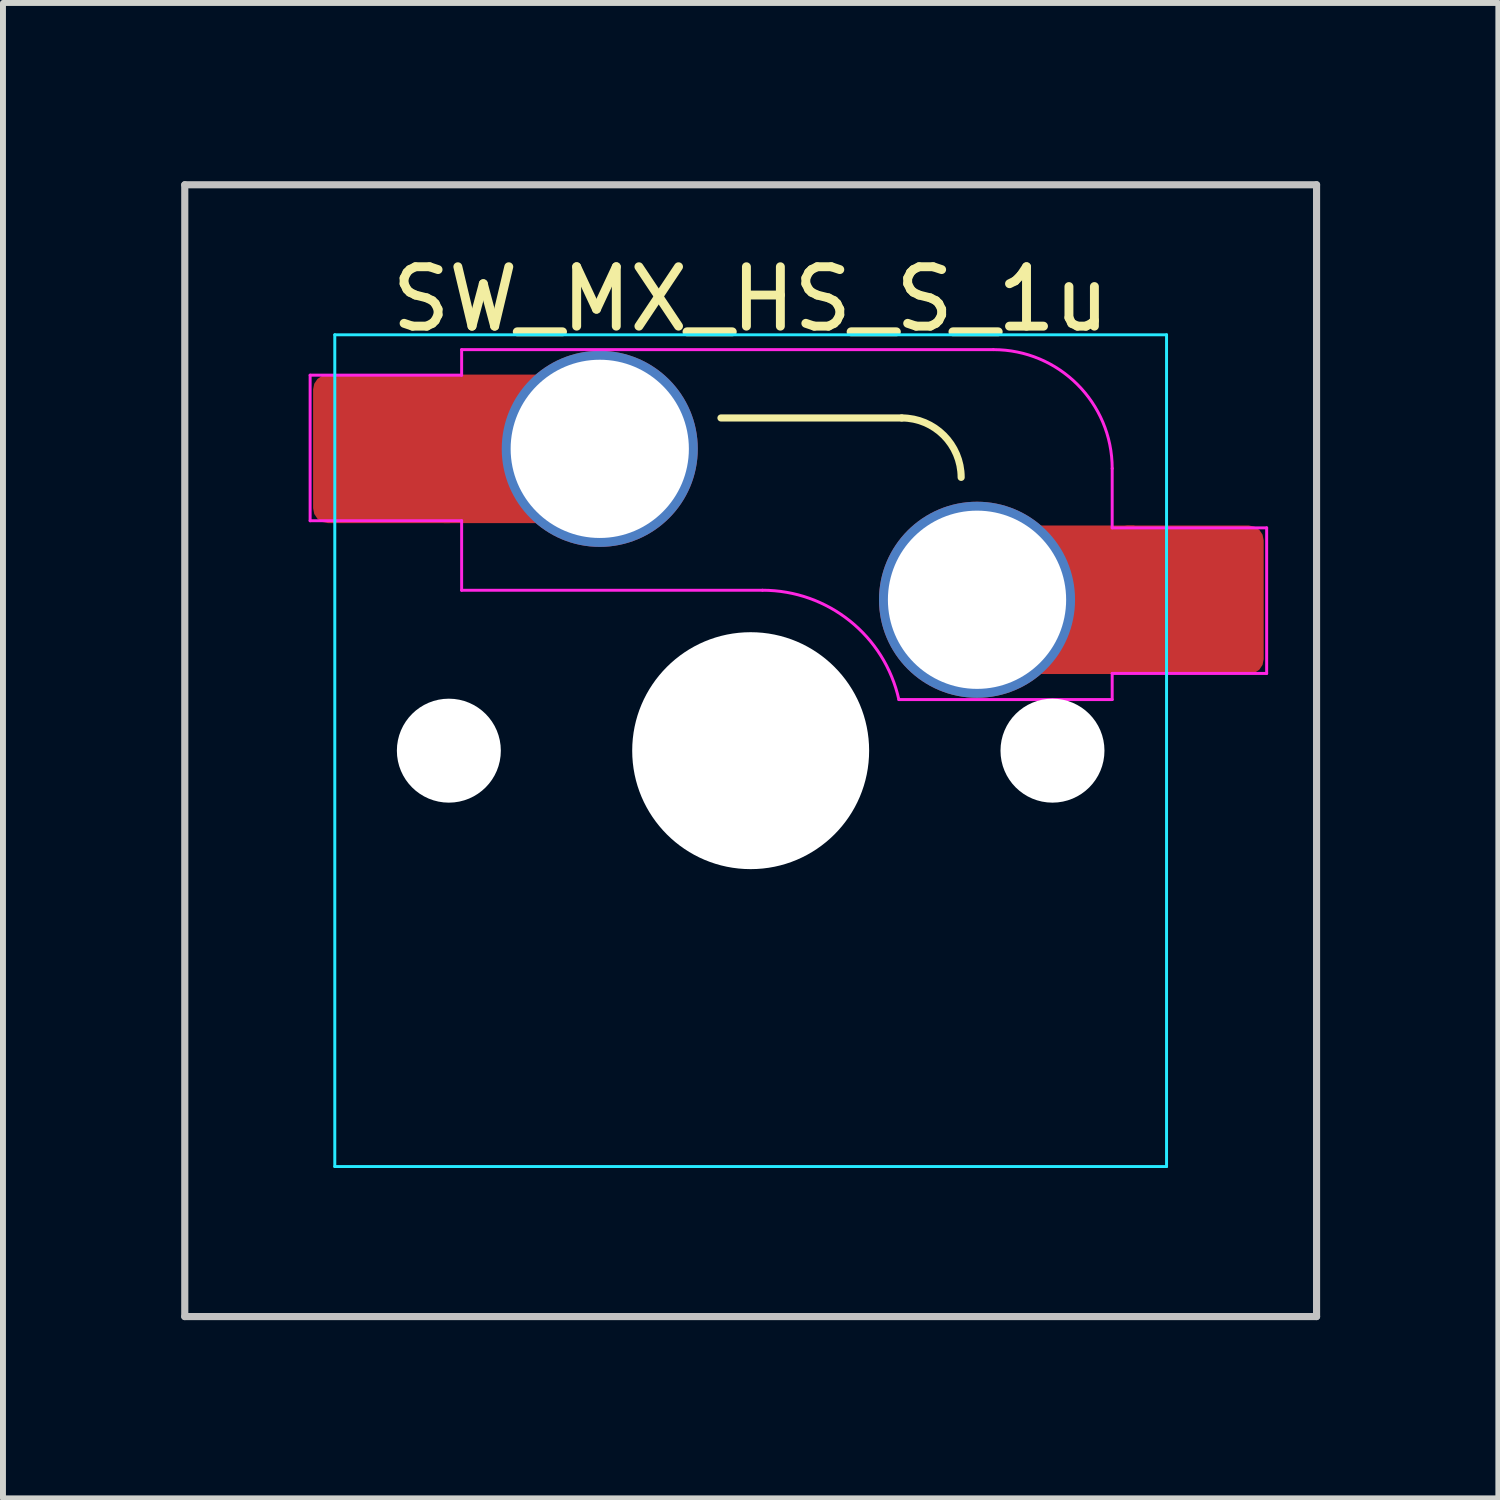
<source format=kicad_pcb>
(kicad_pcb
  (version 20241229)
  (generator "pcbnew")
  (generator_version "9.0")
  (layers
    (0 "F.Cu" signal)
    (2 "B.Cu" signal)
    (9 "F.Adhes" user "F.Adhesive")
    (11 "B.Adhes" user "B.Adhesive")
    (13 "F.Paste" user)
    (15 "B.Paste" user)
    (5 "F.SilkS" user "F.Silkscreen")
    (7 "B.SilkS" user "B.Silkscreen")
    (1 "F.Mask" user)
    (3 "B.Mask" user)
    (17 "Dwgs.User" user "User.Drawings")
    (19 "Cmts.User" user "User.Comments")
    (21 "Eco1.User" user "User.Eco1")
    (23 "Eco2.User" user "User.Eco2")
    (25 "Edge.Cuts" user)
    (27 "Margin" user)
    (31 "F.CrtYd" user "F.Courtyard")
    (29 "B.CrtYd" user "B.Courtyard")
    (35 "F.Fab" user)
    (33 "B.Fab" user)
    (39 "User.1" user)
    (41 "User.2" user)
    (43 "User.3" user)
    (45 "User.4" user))
  (footprint "SW_MX_HS_S_1u"
    (layer "F.Cu")
    (at 9.585 9.585)
    (property "Reference" "SW_MX_HS_S_1u" (at 0 -7.6 0) (layer "F.SilkS") (effects (font (size 1 1) (thickness 0.15))))
    (attr smd)
    (fp_line (start -0.5 -5.6) (end 2.543 -5.6) (stroke (width 0.12) (type solid)) (layer "F.SilkS"))
    (fp_arc (start 2.542893 -5.6) (mid 3.25 -5.307107) (end 3.542893 -4.6) (stroke (width 0.12) (type solid)) (layer "F.SilkS"))
    (fp_line (start -9.525 -9.525) (end 9.525 -9.525) (stroke (width 0.12) (type solid)) (layer "Dwgs.User"))
    (fp_line (start -9.525 9.525) (end -9.525 -9.525) (stroke (width 0.12) (type solid)) (layer "Dwgs.User"))
    (fp_line (start 9.525 -9.525) (end 9.525 9.525) (stroke (width 0.12) (type solid)) (layer "Dwgs.User"))
    (fp_line (start 9.525 9.525) (end -9.525 9.525) (stroke (width 0.12) (type solid)) (layer "Dwgs.User"))
    (fp_line (start -7 -6.5) (end -7 6.5) (stroke (width 0.05) (type solid)) (layer "Eco2.User"))
    (fp_line (start -6.5 7) (end 6.5 7) (stroke (width 0.05) (type solid)) (layer "Eco2.User"))
    (fp_line (start 6.5 -7) (end -6.5 -7) (stroke (width 0.05) (type solid)) (layer "Eco2.User"))
    (fp_line (start 7 6.5) (end 7 -6.5) (stroke (width 0.05) (type solid)) (layer "Eco2.User"))
    (fp_arc (start -7 -6.5) (mid -6.853553 -6.853553) (end -6.5 -7) (stroke (width 0.05) (type solid)) (layer "Eco2.User"))
    (fp_arc (start -6.497236 6.998884) (mid -6.850789 6.852437) (end -6.997236 6.498884) (stroke (width 0.05) (type solid)) (layer "Eco2.User"))
    (fp_arc (start 6.5 -7) (mid 6.853553 -6.853553) (end 7 -6.5) (stroke (width 0.05) (type solid)) (layer "Eco2.User"))
    (fp_arc (start 7 6.5) (mid 6.853553 6.853553) (end 6.5 7) (stroke (width 0.05) (type solid)) (layer "Eco2.User"))
    (fp_line (start -7 -7) (end 7 -7) (stroke (width 0.05) (type solid)) (layer "B.CrtYd"))
    (fp_line (start -7 7) (end -7 -7) (stroke (width 0.05) (type solid)) (layer "B.CrtYd"))
    (fp_line (start 7 -7) (end 7 7) (stroke (width 0.05) (type solid)) (layer "B.CrtYd"))
    (fp_line (start 7 7) (end -7 7) (stroke (width 0.05) (type solid)) (layer "B.CrtYd"))
    (fp_line (start -7.415 -6.32) (end -4.865 -6.32) (stroke (width 0.05) (type solid)) (layer "F.CrtYd"))
    (fp_line (start -7.415 -3.87) (end -7.415 -6.32) (stroke (width 0.05) (type solid)) (layer "F.CrtYd"))
    (fp_line (start -4.865 -6.75) (end -4.865 -6.32) (stroke (width 0.05) (type solid)) (layer "F.CrtYd"))
    (fp_line (start -4.865 -3.87) (end -7.415 -3.87) (stroke (width 0.05) (type solid)) (layer "F.CrtYd"))
    (fp_line (start -4.865 -3.87) (end -4.865 -2.7) (stroke (width 0.05) (type solid)) (layer "F.CrtYd"))
    (fp_line (start -4.865 -2.7) (end 0.2 -2.7) (stroke (width 0.05) (type solid)) (layer "F.CrtYd"))
    (fp_line (start 4.085 -6.75) (end -4.865 -6.75) (stroke (width 0.05) (type solid)) (layer "F.CrtYd"))
    (fp_line (start 6.085 -3.75) (end 6.085 -4.75) (stroke (width 0.05) (type solid)) (layer "F.CrtYd"))
    (fp_line (start 6.085 -3.75) (end 8.685 -3.75) (stroke (width 0.05) (type solid)) (layer "F.CrtYd"))
    (fp_line (start 6.085 -1.3) (end 6.085 -0.86) (stroke (width 0.05) (type solid)) (layer "F.CrtYd"))
    (fp_line (start 6.085 -0.86) (end 2.494 -0.86) (stroke (width 0.05) (type solid)) (layer "F.CrtYd"))
    (fp_line (start 8.685 -3.75) (end 8.685 -1.3) (stroke (width 0.05) (type solid)) (layer "F.CrtYd"))
    (fp_line (start 8.685 -1.3) (end 6.085 -1.3) (stroke (width 0.05) (type solid)) (layer "F.CrtYd"))
    (fp_arc (start 0.2 -2.70022) (mid 1.670503 -2.183399) (end 2.494322 -0.86022) (stroke (width 0.05) (type solid)) (layer "F.CrtYd"))
    (fp_arc (start 4.085176 -6.75022) (mid 5.49939 -6.164434) (end 6.085176 -4.75022) (stroke (width 0.05) (type solid)) (layer "F.CrtYd"))
    (pad "" np_thru_hole circle (at -5.08 0) (size 1.75 1.75) (drill 1.75) (layers "*.Cu" "*.Mask"))
    (pad "" np_thru_hole circle (at 0 0) (size 3.988 3.988) (drill 3.988) (layers "*.Cu" "*.Mask"))
    (pad "" np_thru_hole circle (at 5.08 0) (size 1.75 1.75) (drill 1.75) (layers "*.Cu" "*.Mask"))
    (pad "1" thru_hole circle (at 3.81 -2.54) (size 3.3 3.3) (drill 3) (layers "*.Cu" "*.Mask"))
    (pad "1" smd rect (at 5.635 -2.54 180) (size 1.65 2.5) (layers "F.Cu"))
    (pad "1" smd roundrect (at 7.36 -2.54) (size 2.55 2.5) (layers "F.Cu" "F.Mask" "F.Paste") (roundrect_rratio 0.1))
    (pad "2" smd roundrect (at -6.09 -5.08) (size 2.55 2.5) (layers "F.Cu" "F.Mask" "F.Paste") (roundrect_rratio 0.1))
    (pad "2" smd rect (at -4.34 -5.08) (size 1.65 2.5) (layers "F.Cu"))
    (pad "2" thru_hole circle (at -2.54 -5.08) (size 3.3 3.3) (drill 3) (layers "*.Cu" "*.Mask")))
  (gr_rect
    (start -3 -3)
    (end 22.17 22.17)
    (stroke (width 0.1) (type default))
    (fill no)
    (layer "Edge.Cuts")))
</source>
